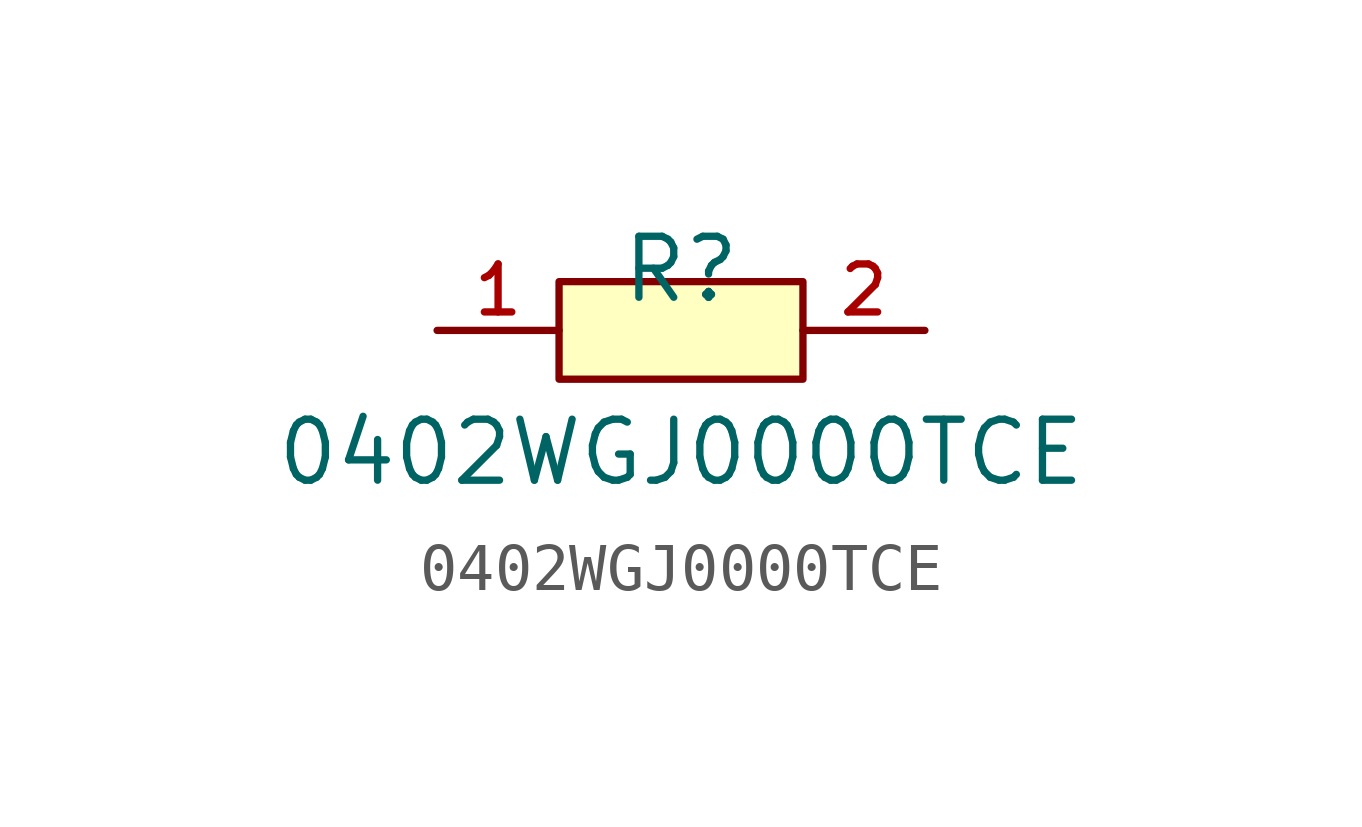
<source format=kicad_sym>
(kicad_symbol_lib
  (version 20210201)
  (generator TousstNicolas/JLC2KiCad_lib)
  (symbol "0402WGJ0000TCE"
    (pin_names hide)
    (property "Reference" "R"
      (at 0 1.27 0)
      (effects (font (size 1.27 1.27))))
    (property "Value" "0402WGJ0000TCE"
      (at 0 -2.54 0)
      (effects (font (size 1.27 1.27))))
    (symbol "0402WGJ0000TCE_0_1"
      (pin input line (at 5.08 -0.0 180) (length 2.54) (name "2" (effects (font (size 1 1)))) (number "2" (effects (font (size 1 1)))))
      (pin input line (at -5.08 -0.0 0) (length 2.54) (name "1" (effects (font (size 1 1)))) (number "1" (effects (font (size 1 1)))))
      (rectangle (start -2.54 1.016) (end 2.54 -1.016) (stroke (width 0) (type default) (color 0 0 0 0)) (fill (type background))))))
</source>
